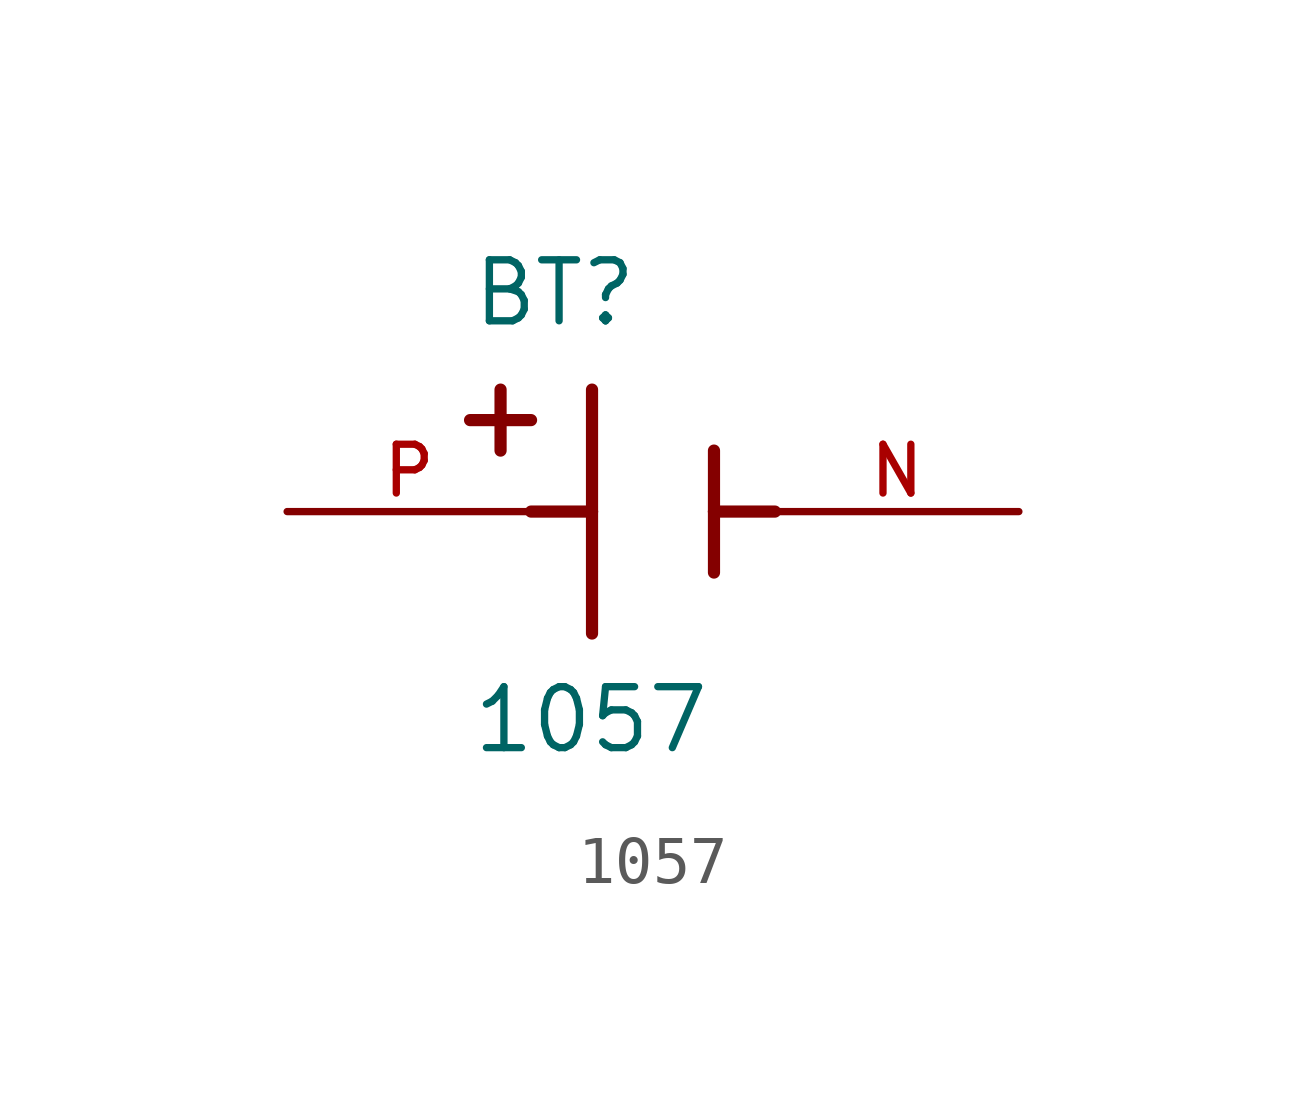
<source format=kicad_sym>
(kicad_symbol_lib
  (version 20211014)
  (generator kicad_symbol_editor)
  (symbol "1057"
    (pin_names
      (offset 1.016))
    (property "Reference" "BT"
      (at -3.81 3.81 0)
      (effects (font (size 1.27 1.27)) (justify bottom left)))
    (property "Value" "1057"
      (at -3.81 -5.08 0)
      (effects (font (size 1.27 1.27)) (justify bottom left)))
    (symbol "1057_0_0"
      (polyline (pts (xy -1.27 2.54) (xy -1.27 0.0)) (stroke (width 0.254)))
      (polyline (pts (xy -1.27 0.0) (xy -1.27 -2.54)) (stroke (width 0.254)))
      (polyline (pts (xy 1.27 1.27) (xy 1.27 0.0)) (stroke (width 0.254)))
      (polyline (pts (xy 1.27 0.0) (xy 1.27 -1.27)) (stroke (width 0.254)))
      (polyline (pts (xy -1.27 0.0) (xy -2.54 0.0)) (stroke (width 0.254)))
      (polyline (pts (xy 1.27 0.0) (xy 2.54 0.0)) (stroke (width 0.254)))
      (polyline (pts (xy -3.175 2.54) (xy -3.175 1.27)) (stroke (width 0.254)))
      (polyline (pts (xy -3.81 1.905) (xy -2.54 1.905)) (stroke (width 0.254)))
      (pin passive line (at -7.62 0.0 0) (length 5.08) (name "~" (effects (font (size 1.016 1.016)))) (number "P" (effects (font (size 1.016 1.016)))))
      (pin passive line (at 7.62 0.0 180.0) (length 5.08) (name "~" (effects (font (size 1.016 1.016)))) (number "N" (effects (font (size 1.016 1.016))))))))
</source>
